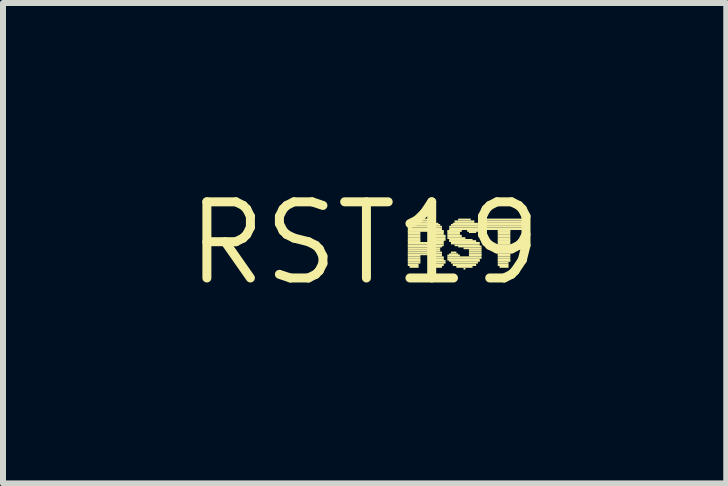
<source format=kicad_pcb>
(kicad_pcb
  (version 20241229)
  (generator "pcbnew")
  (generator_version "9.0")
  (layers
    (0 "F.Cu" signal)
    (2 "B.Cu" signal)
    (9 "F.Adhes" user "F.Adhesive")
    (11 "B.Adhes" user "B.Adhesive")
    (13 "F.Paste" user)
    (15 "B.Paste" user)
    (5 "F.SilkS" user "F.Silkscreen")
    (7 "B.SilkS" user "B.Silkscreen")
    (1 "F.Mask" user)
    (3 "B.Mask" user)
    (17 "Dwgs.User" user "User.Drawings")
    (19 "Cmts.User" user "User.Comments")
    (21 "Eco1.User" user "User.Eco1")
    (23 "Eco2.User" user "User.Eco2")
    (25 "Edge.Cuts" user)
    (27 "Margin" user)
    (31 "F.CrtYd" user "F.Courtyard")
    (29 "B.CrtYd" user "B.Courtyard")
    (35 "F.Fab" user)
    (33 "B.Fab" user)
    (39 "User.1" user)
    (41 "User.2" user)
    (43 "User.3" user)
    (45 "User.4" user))
  (footprint "RST19"
    (layer "F.Cu")
    (at 3.031 1.006)
    (property "Reference" "RST19" (at 0 0 0) (layer "F.SilkS") (effects (font (size 1.27 1.27) (thickness 0.15))))
    (fp_poly (pts (xy 0.72 -0.34) (xy 1.17 -0.34) (xy 1.17 -0.38) (xy 0.72 -0.38)) (stroke (width 0) (type solid)) (fill yes) (layer "F.SilkS"))
    (fp_poly (pts (xy 0.72 -0.31) (xy 1.23 -0.31) (xy 1.23 -0.34) (xy 0.72 -0.34)) (stroke (width 0) (type solid)) (fill yes) (layer "F.SilkS"))
    (fp_poly (pts (xy 0.72 -0.29) (xy 1.26 -0.29) (xy 1.26 -0.32) (xy 0.72 -0.32)) (stroke (width 0) (type solid)) (fill yes) (layer "F.SilkS"))
    (fp_poly (pts (xy 0.72 -0.26) (xy 1.29 -0.26) (xy 1.29 -0.29) (xy 0.72 -0.29)) (stroke (width 0) (type solid)) (fill yes) (layer "F.SilkS"))
    (fp_poly (pts (xy 0.72 -0.22) (xy 1.29 -0.22) (xy 1.29 -0.26) (xy 0.72 -0.26)) (stroke (width 0) (type solid)) (fill yes) (layer "F.SilkS"))
    (fp_poly (pts (xy 0.72 -0.19) (xy 1.32 -0.19) (xy 1.32 -0.22) (xy 0.72 -0.22)) (stroke (width 0) (type solid)) (fill yes) (layer "F.SilkS"))
    (fp_poly (pts (xy 0.72 -0.17) (xy 0.93 -0.17) (xy 0.93 -0.2) (xy 0.72 -0.2)) (stroke (width 0) (type solid)) (fill yes) (layer "F.SilkS"))
    (fp_poly (pts (xy 0.72 -0.14) (xy 0.93 -0.14) (xy 0.93 -0.17) (xy 0.72 -0.17)) (stroke (width 0) (type solid)) (fill yes) (layer "F.SilkS"))
    (fp_poly (pts (xy 0.72 -0.1) (xy 0.93 -0.1) (xy 0.93 -0.14) (xy 0.72 -0.14)) (stroke (width 0) (type solid)) (fill yes) (layer "F.SilkS"))
    (fp_poly (pts (xy 0.72 -0.07) (xy 0.93 -0.07) (xy 0.93 -0.1) (xy 0.72 -0.1)) (stroke (width 0) (type solid)) (fill yes) (layer "F.SilkS"))
    (fp_poly (pts (xy 0.72 -0.04) (xy 0.93 -0.04) (xy 0.93 -0.07) (xy 0.72 -0.07)) (stroke (width 0) (type solid)) (fill yes) (layer "F.SilkS"))
    (fp_poly (pts (xy 0.72 -0.02) (xy 0.93 -0.02) (xy 0.93 -0.05) (xy 0.72 -0.05)) (stroke (width 0) (type solid)) (fill yes) (layer "F.SilkS"))
    (fp_poly (pts (xy 0.72 0.02) (xy 1.32 0.02) (xy 1.32 -0.02) (xy 0.72 -0.02)) (stroke (width 0) (type solid)) (fill yes) (layer "F.SilkS"))
    (fp_poly (pts (xy 0.72 0.05) (xy 1.32 0.05) (xy 1.32 0.02) (xy 0.72 0.02)) (stroke (width 0) (type solid)) (fill yes) (layer "F.SilkS"))
    (fp_poly (pts (xy 0.72 0.07) (xy 1.29 0.07) (xy 1.29 0.04) (xy 0.72 0.04)) (stroke (width 0) (type solid)) (fill yes) (layer "F.SilkS"))
    (fp_poly (pts (xy 0.72 0.1) (xy 1.26 0.1) (xy 1.26 0.07) (xy 0.72 0.07)) (stroke (width 0) (type solid)) (fill yes) (layer "F.SilkS"))
    (fp_poly (pts (xy 0.72 0.14) (xy 1.26 0.14) (xy 1.26 0.1) (xy 0.72 0.1)) (stroke (width 0) (type solid)) (fill yes) (layer "F.SilkS"))
    (fp_poly (pts (xy 0.72 0.17) (xy 1.29 0.17) (xy 1.29 0.14) (xy 0.72 0.14)) (stroke (width 0) (type solid)) (fill yes) (layer "F.SilkS"))
    (fp_poly (pts (xy 0.72 0.2) (xy 1.29 0.2) (xy 1.29 0.17) (xy 0.72 0.17)) (stroke (width 0) (type solid)) (fill yes) (layer "F.SilkS"))
    (fp_poly (pts (xy 0.72 0.22) (xy 0.93 0.22) (xy 0.93 0.19) (xy 0.72 0.19)) (stroke (width 0) (type solid)) (fill yes) (layer "F.SilkS"))
    (fp_poly (pts (xy 0.72 0.26) (xy 0.93 0.26) (xy 0.93 0.22) (xy 0.72 0.22)) (stroke (width 0) (type solid)) (fill yes) (layer "F.SilkS"))
    (fp_poly (pts (xy 0.72 0.29) (xy 0.93 0.29) (xy 0.93 0.26) (xy 0.72 0.26)) (stroke (width 0) (type solid)) (fill yes) (layer "F.SilkS"))
    (fp_poly (pts (xy 0.72 0.31) (xy 0.93 0.31) (xy 0.93 0.28) (xy 0.72 0.28)) (stroke (width 0) (type solid)) (fill yes) (layer "F.SilkS"))
    (fp_poly (pts (xy 0.72 0.34) (xy 0.93 0.34) (xy 0.93 0.31) (xy 0.72 0.31)) (stroke (width 0) (type solid)) (fill yes) (layer "F.SilkS"))
    (fp_poly (pts (xy 0.72 0.38) (xy 0.9 0.38) (xy 0.9 0.34) (xy 0.72 0.34)) (stroke (width 0) (type solid)) (fill yes) (layer "F.SilkS"))
    (fp_poly (pts (xy 0.75 0.41) (xy 0.9 0.41) (xy 0.9 0.38) (xy 0.75 0.38)) (stroke (width 0) (type solid)) (fill yes) (layer "F.SilkS"))
    (fp_poly (pts (xy 0.78 -0.38) (xy 1.08 -0.38) (xy 1.08 -0.41) (xy 0.78 -0.41)) (stroke (width 0) (type solid)) (fill yes) (layer "F.SilkS"))
    (fp_poly (pts (xy 1.08 -0.17) (xy 1.32 -0.17) (xy 1.32 -0.2) (xy 1.08 -0.2)) (stroke (width 0) (type solid)) (fill yes) (layer "F.SilkS"))
    (fp_poly (pts (xy 1.08 0.22) (xy 1.29 0.22) (xy 1.29 0.19) (xy 1.08 0.19)) (stroke (width 0) (type solid)) (fill yes) (layer "F.SilkS"))
    (fp_poly (pts (xy 1.11 -0.14) (xy 1.32 -0.14) (xy 1.32 -0.17) (xy 1.11 -0.17)) (stroke (width 0) (type solid)) (fill yes) (layer "F.SilkS"))
    (fp_poly (pts (xy 1.11 -0.02) (xy 1.32 -0.02) (xy 1.32 -0.05) (xy 1.11 -0.05)) (stroke (width 0) (type solid)) (fill yes) (layer "F.SilkS"))
    (fp_poly (pts (xy 1.11 0.26) (xy 1.32 0.26) (xy 1.32 0.22) (xy 1.11 0.22)) (stroke (width 0) (type solid)) (fill yes) (layer "F.SilkS"))
    (fp_poly (pts (xy 1.11 0.29) (xy 1.32 0.29) (xy 1.32 0.26) (xy 1.11 0.26)) (stroke (width 0) (type solid)) (fill yes) (layer "F.SilkS"))
    (fp_poly (pts (xy 1.11 0.31) (xy 1.35 0.31) (xy 1.35 0.28) (xy 1.11 0.28)) (stroke (width 0) (type solid)) (fill yes) (layer "F.SilkS"))
    (fp_poly (pts (xy 1.14 -0.1) (xy 1.35 -0.1) (xy 1.35 -0.14) (xy 1.14 -0.14)) (stroke (width 0) (type solid)) (fill yes) (layer "F.SilkS"))
    (fp_poly (pts (xy 1.14 -0.07) (xy 1.35 -0.07) (xy 1.35 -0.1) (xy 1.14 -0.1)) (stroke (width 0) (type solid)) (fill yes) (layer "F.SilkS"))
    (fp_poly (pts (xy 1.14 -0.04) (xy 1.35 -0.04) (xy 1.35 -0.07) (xy 1.14 -0.07)) (stroke (width 0) (type solid)) (fill yes) (layer "F.SilkS"))
    (fp_poly (pts (xy 1.14 0.34) (xy 1.35 0.34) (xy 1.35 0.31) (xy 1.14 0.31)) (stroke (width 0) (type solid)) (fill yes) (layer "F.SilkS"))
    (fp_poly (pts (xy 1.14 0.38) (xy 1.32 0.38) (xy 1.32 0.34) (xy 1.14 0.34)) (stroke (width 0) (type solid)) (fill yes) (layer "F.SilkS"))
    (fp_poly (pts (xy 1.17 0.41) (xy 1.29 0.41) (xy 1.29 0.38) (xy 1.17 0.38)) (stroke (width 0) (type solid)) (fill yes) (layer "F.SilkS"))
    (fp_poly (pts (xy 1.38 -0.19) (xy 1.62 -0.19) (xy 1.62 -0.22) (xy 1.38 -0.22)) (stroke (width 0) (type solid)) (fill yes) (layer "F.SilkS"))
    (fp_poly (pts (xy 1.38 -0.17) (xy 1.59 -0.17) (xy 1.59 -0.2) (xy 1.38 -0.2)) (stroke (width 0) (type solid)) (fill yes) (layer "F.SilkS"))
    (fp_poly (pts (xy 1.38 -0.14) (xy 1.59 -0.14) (xy 1.59 -0.17) (xy 1.38 -0.17)) (stroke (width 0) (type solid)) (fill yes) (layer "F.SilkS"))
    (fp_poly (pts (xy 1.38 -0.1) (xy 1.62 -0.1) (xy 1.62 -0.14) (xy 1.38 -0.14)) (stroke (width 0) (type solid)) (fill yes) (layer "F.SilkS"))
    (fp_poly (pts (xy 1.38 -0.07) (xy 1.68 -0.07) (xy 1.68 -0.1) (xy 1.38 -0.1)) (stroke (width 0) (type solid)) (fill yes) (layer "F.SilkS"))
    (fp_poly (pts (xy 1.38 0.22) (xy 1.59 0.22) (xy 1.59 0.19) (xy 1.38 0.19)) (stroke (width 0) (type solid)) (fill yes) (layer "F.SilkS"))
    (fp_poly (pts (xy 1.38 0.26) (xy 1.95 0.26) (xy 1.95 0.22) (xy 1.38 0.22)) (stroke (width 0) (type solid)) (fill yes) (layer "F.SilkS"))
    (fp_poly (pts (xy 1.38 0.29) (xy 1.92 0.29) (xy 1.92 0.26) (xy 1.38 0.26)) (stroke (width 0) (type solid)) (fill yes) (layer "F.SilkS"))
    (fp_poly (pts (xy 1.41 -0.26) (xy 1.92 -0.26) (xy 1.92 -0.29) (xy 1.41 -0.29)) (stroke (width 0) (type solid)) (fill yes) (layer "F.SilkS"))
    (fp_poly (pts (xy 1.41 -0.22) (xy 1.89 -0.22) (xy 1.89 -0.26) (xy 1.41 -0.26)) (stroke (width 0) (type solid)) (fill yes) (layer "F.SilkS"))
    (fp_poly (pts (xy 1.41 -0.04) (xy 1.8 -0.04) (xy 1.8 -0.07) (xy 1.41 -0.07)) (stroke (width 0) (type solid)) (fill yes) (layer "F.SilkS"))
    (fp_poly (pts (xy 1.41 -0.02) (xy 1.86 -0.02) (xy 1.86 -0.05) (xy 1.41 -0.05)) (stroke (width 0) (type solid)) (fill yes) (layer "F.SilkS"))
    (fp_poly (pts (xy 1.41 0.2) (xy 1.56 0.2) (xy 1.56 0.17) (xy 1.41 0.17)) (stroke (width 0) (type solid)) (fill yes) (layer "F.SilkS"))
    (fp_poly (pts (xy 1.41 0.31) (xy 1.92 0.31) (xy 1.92 0.28) (xy 1.41 0.28)) (stroke (width 0) (type solid)) (fill yes) (layer "F.SilkS"))
    (fp_poly (pts (xy 1.44 -0.29) (xy 1.89 -0.29) (xy 1.89 -0.32) (xy 1.44 -0.32)) (stroke (width 0) (type solid)) (fill yes) (layer "F.SilkS"))
    (fp_poly (pts (xy 1.44 0.02) (xy 1.92 0.02) (xy 1.92 -0.02) (xy 1.44 -0.02)) (stroke (width 0) (type solid)) (fill yes) (layer "F.SilkS"))
    (fp_poly (pts (xy 1.44 0.17) (xy 1.53 0.17) (xy 1.53 0.14) (xy 1.44 0.14)) (stroke (width 0) (type solid)) (fill yes) (layer "F.SilkS"))
    (fp_poly (pts (xy 1.44 0.34) (xy 1.89 0.34) (xy 1.89 0.31) (xy 1.44 0.31)) (stroke (width 0) (type solid)) (fill yes) (layer "F.SilkS"))
    (fp_poly (pts (xy 1.47 -0.31) (xy 1.89 -0.31) (xy 1.89 -0.34) (xy 1.47 -0.34)) (stroke (width 0) (type solid)) (fill yes) (layer "F.SilkS"))
    (fp_poly (pts (xy 1.47 0.38) (xy 1.86 0.38) (xy 1.86 0.34) (xy 1.47 0.34)) (stroke (width 0) (type solid)) (fill yes) (layer "F.SilkS"))
    (fp_poly (pts (xy 1.5 -0.34) (xy 1.83 -0.34) (xy 1.83 -0.38) (xy 1.5 -0.38)) (stroke (width 0) (type solid)) (fill yes) (layer "F.SilkS"))
    (fp_poly (pts (xy 1.5 0.05) (xy 1.92 0.05) (xy 1.92 0.02) (xy 1.5 0.02)) (stroke (width 0) (type solid)) (fill yes) (layer "F.SilkS"))
    (fp_poly (pts (xy 1.53 0.41) (xy 1.8 0.41) (xy 1.8 0.38) (xy 1.53 0.38)) (stroke (width 0) (type solid)) (fill yes) (layer "F.SilkS"))
    (fp_poly (pts (xy 1.56 -0.38) (xy 1.77 -0.38) (xy 1.77 -0.41) (xy 1.56 -0.41)) (stroke (width 0) (type solid)) (fill yes) (layer "F.SilkS"))
    (fp_poly (pts (xy 1.56 0.07) (xy 1.95 0.07) (xy 1.95 0.04) (xy 1.56 0.04)) (stroke (width 0) (type solid)) (fill yes) (layer "F.SilkS"))
    (fp_poly (pts (xy 1.65 0.1) (xy 1.95 0.1) (xy 1.95 0.07) (xy 1.65 0.07)) (stroke (width 0) (type solid)) (fill yes) (layer "F.SilkS"))
    (fp_poly (pts (xy 1.65 0.44) (xy 1.68 0.44) (xy 1.68 0.41) (xy 1.65 0.41)) (stroke (width 0) (type solid)) (fill yes) (layer "F.SilkS"))
    (fp_poly (pts (xy 1.71 -0.19) (xy 1.89 -0.19) (xy 1.89 -0.22) (xy 1.71 -0.22)) (stroke (width 0) (type solid)) (fill yes) (layer "F.SilkS"))
    (fp_poly (pts (xy 1.74 -0.17) (xy 1.86 -0.17) (xy 1.86 -0.2) (xy 1.74 -0.2)) (stroke (width 0) (type solid)) (fill yes) (layer "F.SilkS"))
    (fp_poly (pts (xy 1.74 0.14) (xy 1.95 0.14) (xy 1.95 0.1) (xy 1.74 0.1)) (stroke (width 0) (type solid)) (fill yes) (layer "F.SilkS"))
    (fp_poly (pts (xy 1.74 0.17) (xy 1.95 0.17) (xy 1.95 0.14) (xy 1.74 0.14)) (stroke (width 0) (type solid)) (fill yes) (layer "F.SilkS"))
    (fp_poly (pts (xy 1.74 0.2) (xy 1.95 0.2) (xy 1.95 0.17) (xy 1.74 0.17)) (stroke (width 0) (type solid)) (fill yes) (layer "F.SilkS"))
    (fp_poly (pts (xy 1.74 0.22) (xy 1.95 0.22) (xy 1.95 0.19) (xy 1.74 0.19)) (stroke (width 0) (type solid)) (fill yes) (layer "F.SilkS"))
    (fp_poly (pts (xy 1.92 -0.31) (xy 2.7 -0.31) (xy 2.7 -0.34) (xy 1.92 -0.34)) (stroke (width 0) (type solid)) (fill yes) (layer "F.SilkS"))
    (fp_poly (pts (xy 1.92 -0.29) (xy 2.7 -0.29) (xy 2.7 -0.32) (xy 1.92 -0.32)) (stroke (width 0) (type solid)) (fill yes) (layer "F.SilkS"))
    (fp_poly (pts (xy 1.95 -0.34) (xy 2.7 -0.34) (xy 2.7 -0.38) (xy 1.95 -0.38)) (stroke (width 0) (type solid)) (fill yes) (layer "F.SilkS"))
    (fp_poly (pts (xy 1.95 -0.26) (xy 2.7 -0.26) (xy 2.7 -0.29) (xy 1.95 -0.29)) (stroke (width 0) (type solid)) (fill yes) (layer "F.SilkS"))
    (fp_poly (pts (xy 1.95 -0.22) (xy 2.67 -0.22) (xy 2.67 -0.26) (xy 1.95 -0.26)) (stroke (width 0) (type solid)) (fill yes) (layer "F.SilkS"))
    (fp_poly (pts (xy 1.98 -0.38) (xy 2.64 -0.38) (xy 2.64 -0.41) (xy 1.98 -0.41)) (stroke (width 0) (type solid)) (fill yes) (layer "F.SilkS"))
    (fp_poly (pts (xy 2.22 -0.19) (xy 2.43 -0.19) (xy 2.43 -0.22) (xy 2.22 -0.22)) (stroke (width 0) (type solid)) (fill yes) (layer "F.SilkS"))
    (fp_poly (pts (xy 2.22 -0.17) (xy 2.43 -0.17) (xy 2.43 -0.2) (xy 2.22 -0.2)) (stroke (width 0) (type solid)) (fill yes) (layer "F.SilkS"))
    (fp_poly (pts (xy 2.22 -0.14) (xy 2.43 -0.14) (xy 2.43 -0.17) (xy 2.22 -0.17)) (stroke (width 0) (type solid)) (fill yes) (layer "F.SilkS"))
    (fp_poly (pts (xy 2.22 -0.1) (xy 2.43 -0.1) (xy 2.43 -0.14) (xy 2.22 -0.14)) (stroke (width 0) (type solid)) (fill yes) (layer "F.SilkS"))
    (fp_poly (pts (xy 2.22 -0.07) (xy 2.43 -0.07) (xy 2.43 -0.1) (xy 2.22 -0.1)) (stroke (width 0) (type solid)) (fill yes) (layer "F.SilkS"))
    (fp_poly (pts (xy 2.22 -0.04) (xy 2.43 -0.04) (xy 2.43 -0.07) (xy 2.22 -0.07)) (stroke (width 0) (type solid)) (fill yes) (layer "F.SilkS"))
    (fp_poly (pts (xy 2.22 -0.02) (xy 2.43 -0.02) (xy 2.43 -0.05) (xy 2.22 -0.05)) (stroke (width 0) (type solid)) (fill yes) (layer "F.SilkS"))
    (fp_poly (pts (xy 2.22 0.02) (xy 2.43 0.02) (xy 2.43 -0.02) (xy 2.22 -0.02)) (stroke (width 0) (type solid)) (fill yes) (layer "F.SilkS"))
    (fp_poly (pts (xy 2.22 0.05) (xy 2.43 0.05) (xy 2.43 0.02) (xy 2.22 0.02)) (stroke (width 0) (type solid)) (fill yes) (layer "F.SilkS"))
    (fp_poly (pts (xy 2.22 0.07) (xy 2.43 0.07) (xy 2.43 0.04) (xy 2.22 0.04)) (stroke (width 0) (type solid)) (fill yes) (layer "F.SilkS"))
    (fp_poly (pts (xy 2.22 0.1) (xy 2.43 0.1) (xy 2.43 0.07) (xy 2.22 0.07)) (stroke (width 0) (type solid)) (fill yes) (layer "F.SilkS"))
    (fp_poly (pts (xy 2.22 0.14) (xy 2.43 0.14) (xy 2.43 0.1) (xy 2.22 0.1)) (stroke (width 0) (type solid)) (fill yes) (layer "F.SilkS"))
    (fp_poly (pts (xy 2.22 0.17) (xy 2.43 0.17) (xy 2.43 0.14) (xy 2.22 0.14)) (stroke (width 0) (type solid)) (fill yes) (layer "F.SilkS"))
    (fp_poly (pts (xy 2.22 0.2) (xy 2.43 0.2) (xy 2.43 0.17) (xy 2.22 0.17)) (stroke (width 0) (type solid)) (fill yes) (layer "F.SilkS"))
    (fp_poly (pts (xy 2.22 0.22) (xy 2.43 0.22) (xy 2.43 0.19) (xy 2.22 0.19)) (stroke (width 0) (type solid)) (fill yes) (layer "F.SilkS"))
    (fp_poly (pts (xy 2.22 0.26) (xy 2.43 0.26) (xy 2.43 0.22) (xy 2.22 0.22)) (stroke (width 0) (type solid)) (fill yes) (layer "F.SilkS"))
    (fp_poly (pts (xy 2.22 0.29) (xy 2.43 0.29) (xy 2.43 0.26) (xy 2.22 0.26)) (stroke (width 0) (type solid)) (fill yes) (layer "F.SilkS"))
    (fp_poly (pts (xy 2.22 0.31) (xy 2.43 0.31) (xy 2.43 0.28) (xy 2.22 0.28)) (stroke (width 0) (type solid)) (fill yes) (layer "F.SilkS"))
    (fp_poly (pts (xy 2.22 0.34) (xy 2.4 0.34) (xy 2.4 0.31) (xy 2.22 0.31)) (stroke (width 0) (type solid)) (fill yes) (layer "F.SilkS"))
    (fp_poly (pts (xy 2.22 0.38) (xy 2.4 0.38) (xy 2.4 0.34) (xy 2.22 0.34)) (stroke (width 0) (type solid)) (fill yes) (layer "F.SilkS"))
    (fp_poly (pts (xy 2.25 0.41) (xy 2.4 0.41) (xy 2.4 0.38) (xy 2.25 0.38)) (stroke (width 0) (type solid)) (fill yes) (layer "F.SilkS")))
  (gr_rect
    (start -3 -3)
    (end 9.062 5.012)
    (stroke (width 0.1) (type default))
    (fill no)
    (layer "Edge.Cuts")))
</source>
